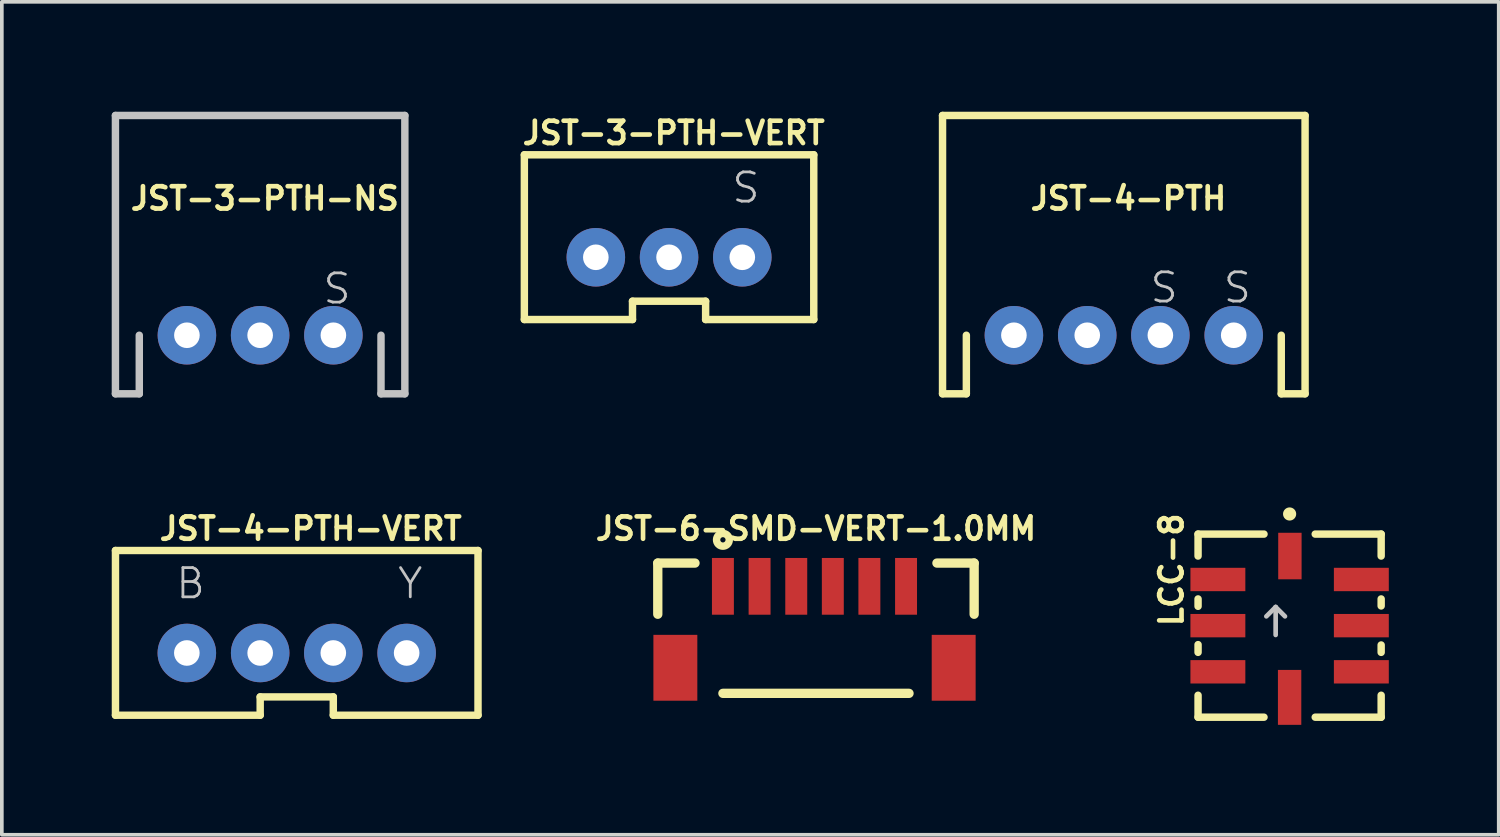
<source format=kicad_pcb>
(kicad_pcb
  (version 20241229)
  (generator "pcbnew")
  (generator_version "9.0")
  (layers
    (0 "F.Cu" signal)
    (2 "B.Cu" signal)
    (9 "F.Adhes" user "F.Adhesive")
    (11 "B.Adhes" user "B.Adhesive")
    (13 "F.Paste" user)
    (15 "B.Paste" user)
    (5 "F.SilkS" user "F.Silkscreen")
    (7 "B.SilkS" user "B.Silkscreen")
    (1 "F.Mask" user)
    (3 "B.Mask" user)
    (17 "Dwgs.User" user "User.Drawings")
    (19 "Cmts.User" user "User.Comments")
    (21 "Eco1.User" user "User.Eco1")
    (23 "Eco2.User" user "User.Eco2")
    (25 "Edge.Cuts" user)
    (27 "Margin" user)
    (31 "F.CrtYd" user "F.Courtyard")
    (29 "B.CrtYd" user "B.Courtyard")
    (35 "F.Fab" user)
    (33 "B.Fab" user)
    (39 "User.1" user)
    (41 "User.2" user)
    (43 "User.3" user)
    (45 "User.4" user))
  (footprint "JST-4-PTH-VERT"
    (layer "F.Cu")
    (at 5.05 14.225)
    (property "Reference" "JST-4-PTH-VERT" (at 0.381 -2.845 0) (layer "F.SilkS") (effects (font (size 0.61 0.61) (thickness 0.127))))
    (attr exclude_from_pos_files exclude_from_bom)
    (fp_line (start -4.948 -2.248) (end 4.948 -2.248) (stroke (width 0.203) (type solid)) (layer "F.SilkS"))
    (fp_line (start -4.948 2.248) (end -4.948 -2.248) (stroke (width 0.203) (type solid)) (layer "F.SilkS"))
    (fp_line (start -0.998 1.748) (end -0.998 2.248) (stroke (width 0.203) (type solid)) (layer "F.SilkS"))
    (fp_line (start -0.998 1.748) (end 0.998 1.748) (stroke (width 0.203) (type solid)) (layer "F.SilkS"))
    (fp_line (start -0.998 2.248) (end -4.948 2.248) (stroke (width 0.203) (type solid)) (layer "F.SilkS"))
    (fp_line (start 0.998 1.748) (end 0.998 2.248) (stroke (width 0.203) (type solid)) (layer "F.SilkS"))
    (fp_line (start 4.948 -2.248) (end 4.948 2.248) (stroke (width 0.203) (type solid)) (layer "F.SilkS"))
    (fp_line (start 4.948 2.248) (end 0.998 2.248) (stroke (width 0.203) (type solid)) (layer "F.SilkS"))
    (fp_text user "B" (at -2.898 -1.349 0) (layer "Dwgs.User") (effects (font (size 0.798 0.798) (thickness 0.076))))
    (fp_text user "Y" (at 3.099 -1.349 0) (layer "Dwgs.User") (effects (font (size 0.798 0.798) (thickness 0.076))))
    (pad "1" thru_hole circle (at -3 0.549) (size 1.598 1.598) (drill 0.699) (layers "*.Cu" "*.Paste" "*.Mask"))
    (pad "2" thru_hole circle (at -0.998 0.549) (size 1.598 1.598) (drill 0.699) (layers "*.Cu" "*.Paste" "*.Mask"))
    (pad "3" thru_hole circle (at 0.998 0.549) (size 1.598 1.598) (drill 0.699) (layers "*.Cu" "*.Paste" "*.Mask"))
    (pad "4" thru_hole circle (at 3 0.549) (size 1.598 1.598) (drill 0.699) (layers "*.Cu" "*.Paste" "*.Mask")))
  (footprint "LCC-8"
    (layer "F.Cu")
    (at 32.152 14.028)
    (property "Reference" "LCC-8" (at -3.226 -1.524 90) (layer "F.SilkS") (effects (font (size 0.61 0.61) (thickness 0.127))))
    (attr smd)
    (fp_line (start -2.499 -2.499) (end -2.499 -1.9) (stroke (width 0.203) (type solid)) (layer "F.SilkS"))
    (fp_line (start -2.499 -0.729) (end -2.499 -0.528) (stroke (width 0.203) (type solid)) (layer "F.SilkS"))
    (fp_line (start -2.499 0.518) (end -2.499 0.729) (stroke (width 0.203) (type solid)) (layer "F.SilkS"))
    (fp_line (start -2.499 1.9) (end -2.499 2.499) (stroke (width 0.203) (type solid)) (layer "F.SilkS"))
    (fp_line (start -2.499 2.499) (end -0.699 2.499) (stroke (width 0.203) (type solid)) (layer "F.SilkS"))
    (fp_line (start -0.699 -2.499) (end -2.499 -2.499) (stroke (width 0.203) (type solid)) (layer "F.SilkS"))
    (fp_line (start 0.699 2.499) (end 2.499 2.499) (stroke (width 0.203) (type solid)) (layer "F.SilkS"))
    (fp_line (start 2.499 -2.499) (end 0.699 -2.499) (stroke (width 0.203) (type solid)) (layer "F.SilkS"))
    (fp_line (start 2.499 -1.9) (end 2.499 -2.499) (stroke (width 0.203) (type solid)) (layer "F.SilkS"))
    (fp_line (start 2.499 -0.538) (end 2.499 -0.729) (stroke (width 0.203) (type solid)) (layer "F.SilkS"))
    (fp_line (start 2.499 0.729) (end 2.499 0.528) (stroke (width 0.203) (type solid)) (layer "F.SilkS"))
    (fp_line (start 2.499 2.499) (end 2.499 1.9) (stroke (width 0.203) (type solid)) (layer "F.SilkS"))
    (fp_circle (center 0 -3.048) (end -0.127 -3.175) (stroke (width 0) (type solid)) (fill yes) (layer "F.SilkS"))
    (fp_line (start -0.381 -0.508) (end -0.635 -0.254) (stroke (width 0.127) (type solid)) (layer "Dwgs.User"))
    (fp_line (start -0.381 -0.508) (end -0.127 -0.254) (stroke (width 0.127) (type solid)) (layer "Dwgs.User"))
    (fp_line (start -0.381 0.254) (end -0.381 -0.508) (stroke (width 0.127) (type solid)) (layer "Dwgs.User"))
    (pad "P$1" smd rect (at -1.958 -1.26 90) (size 0.638 1.499) (layers "F.Cu" "F.Mask" "F.Paste"))
    (pad "P$2" smd rect (at -1.958 0 90) (size 0.638 1.499) (layers "F.Cu" "F.Mask" "F.Paste"))
    (pad "P$3" smd rect (at -1.958 1.26 90) (size 0.638 1.499) (layers "F.Cu" "F.Mask" "F.Paste"))
    (pad "P$4" smd rect (at 0 1.958 180) (size 0.638 1.499) (layers "F.Cu" "F.Mask" "F.Paste"))
    (pad "P$5" smd rect (at 1.958 1.26 90) (size 0.638 1.499) (layers "F.Cu" "F.Mask" "F.Paste"))
    (pad "P$6" smd rect (at 1.958 0 90) (size 0.638 1.499) (layers "F.Cu" "F.Mask" "F.Paste"))
    (pad "P$7" smd rect (at 1.958 -1.26 90) (size 0.638 1.499) (layers "F.Cu" "F.Mask" "F.Paste"))
    (pad "P$8" smd rect (at 0.008 -1.9) (size 0.638 1.27) (layers "F.Cu" "F.Mask" "F.Paste")))
  (footprint "JST-3-PTH-VERT"
    (layer "F.Cu")
    (at 15.213 3.424)
    (property "Reference" "JST-3-PTH-VERT" (at 0.127 -2.845 0) (layer "F.SilkS") (effects (font (size 0.61 0.61) (thickness 0.127))))
    (attr exclude_from_pos_files exclude_from_bom)
    (fp_line (start -3.95 -2.248) (end 3.95 -2.248) (stroke (width 0.203) (type solid)) (layer "F.SilkS"))
    (fp_line (start -3.95 2.248) (end -3.95 -2.248) (stroke (width 0.203) (type solid)) (layer "F.SilkS"))
    (fp_line (start -0.998 1.748) (end -0.998 2.248) (stroke (width 0.203) (type solid)) (layer "F.SilkS"))
    (fp_line (start -0.998 1.748) (end 0.998 1.748) (stroke (width 0.203) (type solid)) (layer "F.SilkS"))
    (fp_line (start -0.998 2.248) (end -3.95 2.248) (stroke (width 0.203) (type solid)) (layer "F.SilkS"))
    (fp_line (start 0.998 1.748) (end 0.998 2.248) (stroke (width 0.203) (type solid)) (layer "F.SilkS"))
    (fp_line (start 3.95 -2.248) (end 3.95 2.248) (stroke (width 0.203) (type solid)) (layer "F.SilkS"))
    (fp_line (start 3.95 2.248) (end 0.998 2.248) (stroke (width 0.203) (type solid)) (layer "F.SilkS"))
    (fp_text user "S" (at 2.098 -1.349 0) (layer "Dwgs.User") (effects (font (size 0.798 0.798) (thickness 0.076))))
    (pad "1" thru_hole circle (at -1.999 0.549) (size 1.598 1.598) (drill 0.699) (layers "*.Cu" "*.Paste" "*.Mask"))
    (pad "2" thru_hole circle (at 0 0.549) (size 1.598 1.598) (drill 0.699) (layers "*.Cu" "*.Paste" "*.Mask"))
    (pad "3" thru_hole circle (at 1.999 0.549) (size 1.598 1.598) (drill 0.699) (layers "*.Cu" "*.Paste" "*.Mask")))
  (footprint "JST-6-SMD-VERT-1.0MM"
    (layer "F.Cu")
    (at 19.223 14.225)
    (property "Reference" "JST-6-SMD-VERT-1.0MM" (at 0 -2.845 0) (layer "F.SilkS") (effects (font (size 0.61 0.61) (thickness 0.127))))
    (attr smd)
    (fp_line (start -4.318 -1.905) (end -3.302 -1.905) (stroke (width 0.254) (type solid)) (layer "F.SilkS"))
    (fp_line (start -4.318 -0.508) (end -4.318 -1.905) (stroke (width 0.254) (type solid)) (layer "F.SilkS"))
    (fp_line (start -2.54 1.651) (end 2.54 1.651) (stroke (width 0.254) (type solid)) (layer "F.SilkS"))
    (fp_line (start 3.302 -1.905) (end 4.318 -1.905) (stroke (width 0.254) (type solid)) (layer "F.SilkS"))
    (fp_line (start 4.318 -1.905) (end 4.318 -0.508) (stroke (width 0.254) (type solid)) (layer "F.SilkS"))
    (fp_circle (center -2.54 -2.54) (end -2.591 -2.591) (stroke (width 0.203) (type solid)) (fill no) (layer "F.SilkS"))
    (pad "1" smd rect (at -2.54 -1.27) (size 0.599 1.549) (layers "F.Cu" "F.Mask" "F.Paste"))
    (pad "2" smd rect (at -1.539 -1.27) (size 0.599 1.549) (layers "F.Cu" "F.Mask" "F.Paste"))
    (pad "3" smd rect (at -0.538 -1.27) (size 0.599 1.549) (layers "F.Cu" "F.Mask" "F.Paste"))
    (pad "4" smd rect (at 0.46 -1.27) (size 0.599 1.549) (layers "F.Cu" "F.Mask" "F.Paste"))
    (pad "5" smd rect (at 1.458 -1.27) (size 0.599 1.549) (layers "F.Cu" "F.Mask" "F.Paste"))
    (pad "6" smd rect (at 2.459 -1.27) (size 0.599 1.549) (layers "F.Cu" "F.Mask" "F.Paste"))
    (pad "P$1" smd rect (at -3.838 0.953) (size 1.199 1.798) (layers "F.Cu" "F.Mask" "F.Paste"))
    (pad "P$2" smd rect (at 3.759 0.953) (size 1.199 1.798) (layers "F.Cu" "F.Mask" "F.Paste")))
  (footprint "JST-4-PTH"
    (layer "F.Cu")
    (at 27.626 6.101)
    (property "Reference" "JST-4-PTH" (at 0.127 -3.734 0) (layer "F.SilkS") (effects (font (size 0.61 0.61) (thickness 0.127))))
    (attr exclude_from_pos_files exclude_from_bom)
    (fp_line (start -4.948 -5.999) (end 4.948 -5.999) (stroke (width 0.203) (type solid)) (layer "F.SilkS"))
    (fp_line (start -4.948 1.598) (end -4.948 -5.999) (stroke (width 0.203) (type solid)) (layer "F.SilkS"))
    (fp_line (start -4.948 1.598) (end -4.298 1.598) (stroke (width 0.203) (type solid)) (layer "F.SilkS"))
    (fp_line (start -4.298 1.598) (end -4.298 0) (stroke (width 0.203) (type solid)) (layer "F.SilkS"))
    (fp_line (start 4.298 1.598) (end 4.298 0) (stroke (width 0.203) (type solid)) (layer "F.SilkS"))
    (fp_line (start 4.948 -5.999) (end 4.948 1.598) (stroke (width 0.203) (type solid)) (layer "F.SilkS"))
    (fp_line (start 4.948 1.598) (end 4.298 1.598) (stroke (width 0.203) (type solid)) (layer "F.SilkS"))
    (fp_text user "S" (at 1.1 -1.298 0) (layer "Dwgs.User") (effects (font (size 0.798 0.798) (thickness 0.076))))
    (fp_text user "S" (at 3.099 -1.298 0) (layer "Dwgs.User") (effects (font (size 0.798 0.798) (thickness 0.076))))
    (pad "1" thru_hole circle (at -3 0) (size 1.598 1.598) (drill 0.699) (layers "*.Cu" "*.Paste" "*.Mask"))
    (pad "2" thru_hole circle (at -0.998 0) (size 1.598 1.598) (drill 0.699) (layers "*.Cu" "*.Paste" "*.Mask"))
    (pad "3" thru_hole circle (at 0.998 0) (size 1.598 1.598) (drill 0.699) (layers "*.Cu" "*.Paste" "*.Mask"))
    (pad "4" thru_hole circle (at 3 0) (size 1.598 1.598) (drill 0.699) (layers "*.Cu" "*.Paste" "*.Mask")))
  (footprint "JST-3-PTH-NS"
    (layer "F.Cu")
    (at 4.051 6.101)
    (property "Reference" "JST-3-PTH-NS" (at 0.127 -3.734 0) (layer "F.SilkS") (effects (font (size 0.61 0.61) (thickness 0.127))))
    (attr exclude_from_pos_files exclude_from_bom)
    (fp_line (start -3.95 -5.999) (end 3.95 -5.999) (stroke (width 0.203) (type solid)) (layer "Dwgs.User"))
    (fp_line (start -3.95 1.598) (end -3.95 -5.999) (stroke (width 0.203) (type solid)) (layer "Dwgs.User"))
    (fp_line (start -3.95 1.598) (end -3.299 1.598) (stroke (width 0.203) (type solid)) (layer "Dwgs.User"))
    (fp_line (start -3.299 1.598) (end -3.299 0) (stroke (width 0.203) (type solid)) (layer "Dwgs.User"))
    (fp_line (start 3.299 1.598) (end 3.299 0) (stroke (width 0.203) (type solid)) (layer "Dwgs.User"))
    (fp_line (start 3.95 -5.999) (end 3.95 1.598) (stroke (width 0.203) (type solid)) (layer "Dwgs.User"))
    (fp_line (start 3.95 1.598) (end 3.299 1.598) (stroke (width 0.203) (type solid)) (layer "Dwgs.User"))
    (fp_text user "S" (at 2.098 -1.27 0) (layer "Dwgs.User") (effects (font (size 0.798 0.798) (thickness 0.076))))
    (pad "1" thru_hole circle (at -1.999 0) (size 1.598 1.598) (drill 0.699) (layers "*.Cu" "*.Paste" "*.Mask"))
    (pad "2" thru_hole circle (at 0 0) (size 1.598 1.598) (drill 0.699) (layers "*.Cu" "*.Paste" "*.Mask"))
    (pad "3" thru_hole circle (at 1.999 0) (size 1.598 1.598) (drill 0.699) (layers "*.Cu" "*.Paste" "*.Mask")))
  (gr_rect
    (start -3 -3)
    (end 37.86 19.736)
    (stroke (width 0.1) (type default))
    (fill no)
    (layer "Edge.Cuts")))
</source>
